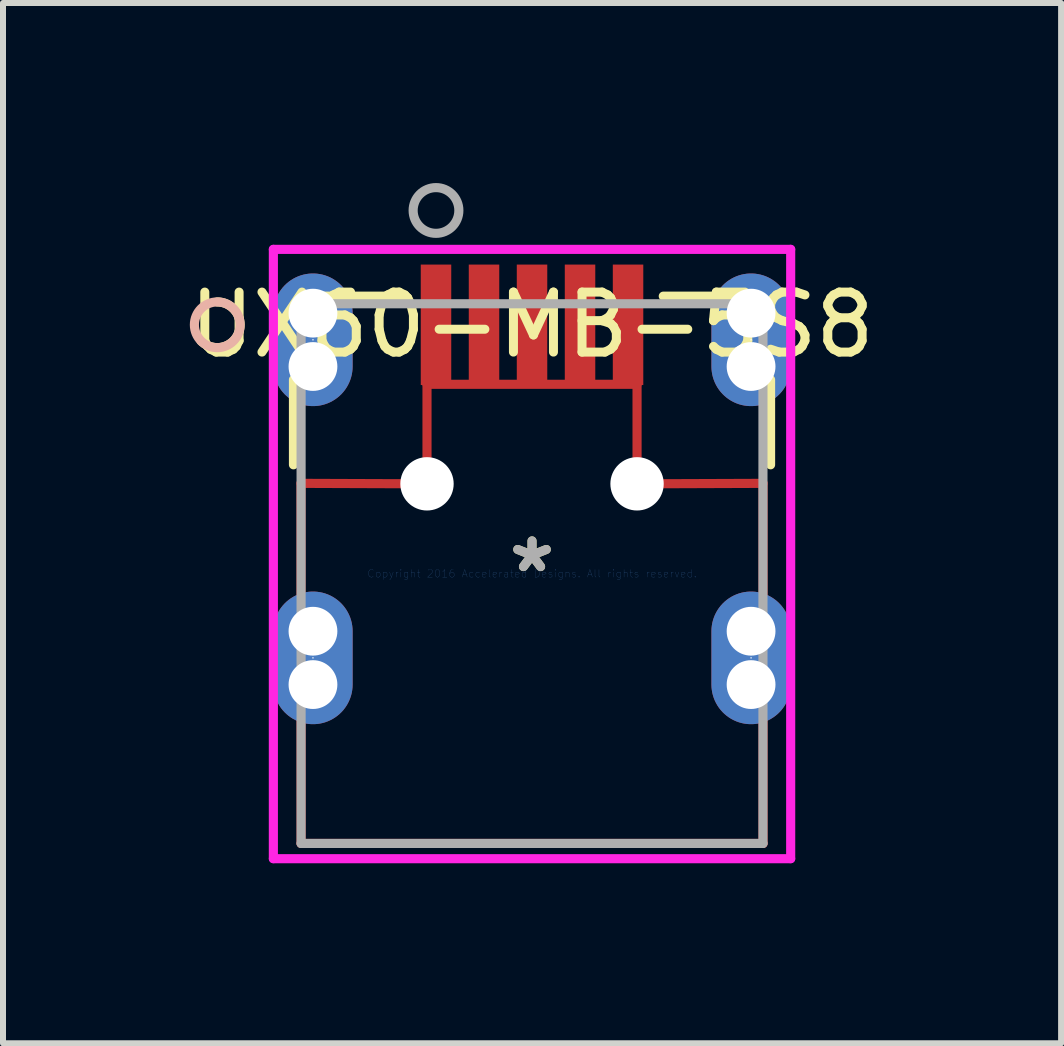
<source format=kicad_pcb>
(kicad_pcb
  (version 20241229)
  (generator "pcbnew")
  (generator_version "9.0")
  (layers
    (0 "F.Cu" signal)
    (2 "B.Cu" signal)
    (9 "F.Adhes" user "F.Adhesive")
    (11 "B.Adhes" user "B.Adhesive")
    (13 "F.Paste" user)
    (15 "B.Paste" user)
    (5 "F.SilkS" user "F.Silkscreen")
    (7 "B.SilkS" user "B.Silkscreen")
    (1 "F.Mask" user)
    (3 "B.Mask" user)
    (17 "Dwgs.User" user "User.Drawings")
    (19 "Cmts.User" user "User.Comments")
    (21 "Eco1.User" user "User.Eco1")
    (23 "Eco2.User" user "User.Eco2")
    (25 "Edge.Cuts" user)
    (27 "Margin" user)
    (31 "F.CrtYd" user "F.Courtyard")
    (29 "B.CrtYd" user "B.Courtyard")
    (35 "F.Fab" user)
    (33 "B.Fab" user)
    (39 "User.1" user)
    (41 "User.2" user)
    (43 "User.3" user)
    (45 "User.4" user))
  (footprint "UX60-MB-5S8"
    (layer "F.Cu")
    (at 5.815 6.508)
    (property "Reference" "UX60-MB-5S8" (at 0 -4.146 0) (layer "F.SilkS") (effects (font (size 1 1) (thickness 0.15))))
    (attr through_hole)
    (fp_line (start -3.85 -1.504) (end -3.848 4.496) (stroke (width 0.152) (type solid)) (layer "F.Cu"))
    (fp_line (start -3.848 4.496) (end 3.85 4.496) (stroke (width 0.152) (type solid)) (layer "F.Cu"))
    (fp_line (start -1.75 -1.496) (end -3.85 -1.504) (stroke (width 0.152) (type solid)) (layer "F.Cu"))
    (fp_line (start -1.75 -3.154) (end -1.75 -1.496) (stroke (width 0.152) (type solid)) (layer "F.Cu"))
    (fp_line (start 1.75 -3.154) (end -1.75 -3.154) (stroke (width 0.152) (type solid)) (layer "F.Cu"))
    (fp_line (start 1.75 -1.496) (end 1.75 -3.154) (stroke (width 0.152) (type solid)) (layer "F.Cu"))
    (fp_line (start 3.85 -1.504) (end 1.75 -1.496) (stroke (width 0.152) (type solid)) (layer "F.Cu"))
    (fp_line (start 3.85 4.496) (end 3.85 -1.504) (stroke (width 0.152) (type solid)) (layer "F.Cu"))
    (fp_line (start -3.975 -3.232) (end -3.975 -1.813) (stroke (width 0.152) (type solid)) (layer "F.SilkS"))
    (fp_line (start -2.187 -4.623) (end -3.517 -4.623) (stroke (width 0.152) (type solid)) (layer "F.SilkS"))
    (fp_line (start 3.517 -4.623) (end 2.187 -4.623) (stroke (width 0.152) (type solid)) (layer "F.SilkS"))
    (fp_line (start 3.975 -1.813) (end 3.975 -3.232) (stroke (width 0.152) (type solid)) (layer "F.SilkS"))
    (fp_arc (start -5.2451 -4.526788) (mid -4.89297 -4.000304) (end -5.51402 -3.875893) (stroke (width 0.1524) (type solid)) (layer "F.SilkS"))
    (fp_circle (center -5.245 -4.146) (end -4.864 -4.146) (stroke (width 0.152) (type solid)) (fill no) (layer "B.SilkS"))
    (fp_line (start -4.31 -5.403) (end -4.31 4.75) (stroke (width 0.152) (type solid)) (layer "F.CrtYd"))
    (fp_line (start -4.31 4.75) (end 4.31 4.75) (stroke (width 0.152) (type solid)) (layer "F.CrtYd"))
    (fp_line (start 4.31 -5.403) (end -4.31 -5.403) (stroke (width 0.152) (type solid)) (layer "F.CrtYd"))
    (fp_line (start 4.31 4.75) (end 4.31 -5.403) (stroke (width 0.152) (type solid)) (layer "F.CrtYd"))
    (fp_line (start -3.848 -4.496) (end -3.848 4.496) (stroke (width 0.152) (type solid)) (layer "F.Fab"))
    (fp_line (start -3.848 4.496) (end 3.848 4.496) (stroke (width 0.152) (type solid)) (layer "F.Fab"))
    (fp_line (start 3.848 -4.496) (end -3.848 -4.496) (stroke (width 0.152) (type solid)) (layer "F.Fab"))
    (fp_line (start 3.848 4.496) (end 3.848 -4.496) (stroke (width 0.152) (type solid)) (layer "F.Fab"))
    (fp_circle (center -1.6 -6.051) (end -1.219 -6.051) (stroke (width 0.152) (type solid)) (fill no) (layer "F.Fab"))
    (fp_text user "*" (at 0 0 0) (layer "F.SilkS") (effects (font (size 1 1) (thickness 0.15))))
    (fp_text user "Copyright 2016 Accelerated Designs. All rights reserved." (at 0 0 0) (layer "Cmts.User") (effects (font (size 0.127 0.127) (thickness 0.002))))
    (fp_text user "*" (at 0 0 0) (layer "F.Fab") (effects (font (size 1 1) (thickness 0.15))))
    (pad "" np_thru_hole circle (at -3.65 -4.34) (size 0.813 0.813) (drill 0.813) (layers "*.Cu" "*.Mask"))
    (pad "" np_thru_hole circle (at -3.65 -3.451) (size 0.813 0.813) (drill 0.813) (layers "*.Cu" "*.Mask"))
    (pad "" np_thru_hole circle (at -3.65 0.96) (size 0.813 0.813) (drill 0.813) (layers "*.Cu" "*.Mask"))
    (pad "" np_thru_hole circle (at -3.65 1.849) (size 0.813 0.813) (drill 0.813) (layers "*.Cu" "*.Mask"))
    (pad "" np_thru_hole circle (at -1.75 -1.496 90) (size 0.889 0.889) (drill 0.889) (layers "*.Cu" "*.Mask"))
    (pad "" np_thru_hole circle (at 1.75 -1.496 90) (size 0.889 0.889) (drill 0.889) (layers "*.Cu" "*.Mask"))
    (pad "" np_thru_hole circle (at 3.65 -4.34) (size 0.813 0.813) (drill 0.813) (layers "*.Cu" "*.Mask"))
    (pad "" np_thru_hole circle (at 3.65 -3.451) (size 0.813 0.813) (drill 0.813) (layers "*.Cu" "*.Mask"))
    (pad "" np_thru_hole circle (at 3.65 0.96) (size 0.813 0.813) (drill 0.813) (layers "*.Cu" "*.Mask"))
    (pad "" np_thru_hole circle (at 3.65 1.849) (size 0.813 0.813) (drill 0.813) (layers "*.Cu" "*.Mask"))
    (pad "1" smd rect (at -1.6 -4.146) (size 0.508 2.007) (layers "F.Cu" "F.Mask" "F.Paste"))
    (pad "2" smd rect (at -0.8 -4.146) (size 0.508 2.007) (layers "F.Cu" "F.Mask" "F.Paste"))
    (pad "3" smd rect (at 0 -4.146) (size 0.508 2.007) (layers "F.Cu" "F.Mask" "F.Paste"))
    (pad "4" smd rect (at 0.8 -4.146) (size 0.508 2.007) (layers "F.Cu" "F.Mask" "F.Paste"))
    (pad "5" smd rect (at 1.6 -4.146) (size 0.508 2.007) (layers "F.Cu" "F.Mask" "F.Paste"))
    (pad "6" thru_hole oval (at -3.65 -3.896 90) (size 2.21 1.321) (drill 0.025) (layers "*.Cu" "*.Mask"))
    (pad "7" thru_hole oval (at 3.65 -3.896 90) (size 2.21 1.321) (drill 0.025) (layers "*.Cu" "*.Mask"))
    (pad "8" thru_hole oval (at -3.65 1.404 90) (size 2.21 1.321) (drill 0.025) (layers "*.Cu" "*.Mask"))
    (pad "9" thru_hole oval (at 3.65 1.404 90) (size 2.21 1.321) (drill 0.025) (layers "*.Cu" "*.Mask")))
  (gr_rect
    (start -3 -3)
    (end 14.631 14.334)
    (stroke (width 0.1) (type default))
    (fill no)
    (layer "Edge.Cuts")))
</source>
